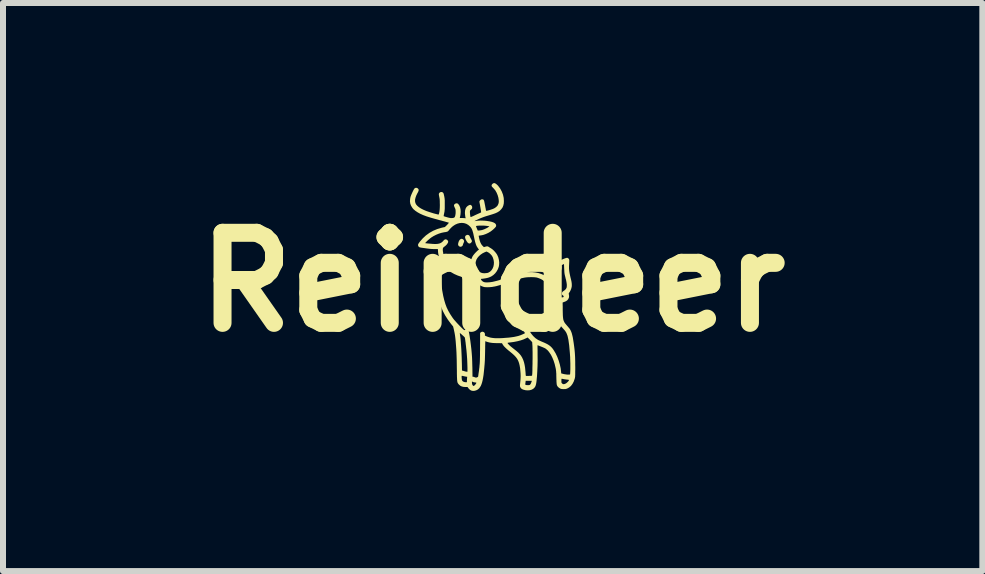
<source format=kicad_pcb>
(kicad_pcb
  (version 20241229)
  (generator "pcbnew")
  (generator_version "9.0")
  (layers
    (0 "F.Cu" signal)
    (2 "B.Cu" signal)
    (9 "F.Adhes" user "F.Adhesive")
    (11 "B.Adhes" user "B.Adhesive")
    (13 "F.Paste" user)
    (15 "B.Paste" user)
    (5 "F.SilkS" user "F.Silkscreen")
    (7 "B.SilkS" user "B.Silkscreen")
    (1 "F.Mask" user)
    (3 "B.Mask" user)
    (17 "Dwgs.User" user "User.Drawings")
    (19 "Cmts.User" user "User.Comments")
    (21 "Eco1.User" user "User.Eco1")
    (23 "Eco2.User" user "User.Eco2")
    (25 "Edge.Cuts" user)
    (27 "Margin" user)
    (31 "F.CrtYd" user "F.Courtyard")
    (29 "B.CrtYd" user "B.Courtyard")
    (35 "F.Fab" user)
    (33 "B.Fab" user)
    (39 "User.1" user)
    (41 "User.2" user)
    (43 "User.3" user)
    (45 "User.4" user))
  (footprint "Reindeer"
    (layer "F.Cu")
    (at 5.157 1.65)
    (property "Reference" "Reindeer" (at 0 0 0) (layer "F.SilkS") (effects (font (size 1.5 1.5) (thickness 0.3))))
    (attr board_only exclude_from_pos_files exclude_from_bom)
    (fp_poly (pts (xy -0.399 -0.783) (xy -0.386 -0.772) (xy -0.379 -0.756) (xy -0.374 -0.744) (xy -0.366 -0.729) (xy -0.36 -0.718) (xy -0.35 -0.699) (xy -0.346 -0.685) (xy -0.348 -0.673) (xy -0.356 -0.661) (xy -0.36 -0.657) (xy -0.374 -0.646) (xy -0.389 -0.643) (xy -0.404 -0.648) (xy -0.414 -0.656) (xy -0.425 -0.669) (xy -0.436 -0.686) (xy -0.447 -0.706) (xy -0.455 -0.725) (xy -0.459 -0.742) (xy -0.46 -0.748) (xy -0.458 -0.761) (xy -0.453 -0.771) (xy -0.446 -0.777) (xy -0.43 -0.786) (xy -0.414 -0.788)) (stroke (width 0) (type solid)) (fill yes) (layer "F.SilkS"))
    (fp_poly (pts (xy -0.501 -0.718) (xy -0.487 -0.708) (xy -0.478 -0.693) (xy -0.478 -0.692) (xy -0.476 -0.682) (xy -0.476 -0.674) (xy -0.48 -0.663) (xy -0.484 -0.654) (xy -0.49 -0.641) (xy -0.494 -0.629) (xy -0.495 -0.623) (xy -0.498 -0.614) (xy -0.505 -0.604) (xy -0.508 -0.601) (xy -0.523 -0.591) (xy -0.539 -0.589) (xy -0.555 -0.595) (xy -0.56 -0.598) (xy -0.571 -0.61) (xy -0.576 -0.624) (xy -0.575 -0.642) (xy -0.574 -0.647) (xy -0.567 -0.673) (xy -0.556 -0.695) (xy -0.543 -0.711) (xy -0.528 -0.72) (xy -0.517 -0.722)) (stroke (width 0) (type solid)) (fill yes) (layer "F.SilkS"))
    (fp_poly (pts (xy -0.534 -0.366) (xy -0.521 -0.358) (xy -0.511 -0.348) (xy -0.508 -0.337) (xy -0.506 -0.328) (xy -0.503 -0.316) (xy -0.499 -0.305) (xy -0.495 -0.296) (xy -0.492 -0.293) (xy -0.488 -0.297) (xy -0.484 -0.305) (xy -0.484 -0.306) (xy -0.476 -0.318) (xy -0.462 -0.326) (xy -0.447 -0.33) (xy -0.439 -0.329) (xy -0.424 -0.322) (xy -0.414 -0.309) (xy -0.408 -0.292) (xy -0.408 -0.274) (xy -0.413 -0.256) (xy -0.423 -0.239) (xy -0.429 -0.233) (xy -0.451 -0.218) (xy -0.476 -0.211) (xy -0.501 -0.211) (xy -0.527 -0.219) (xy -0.528 -0.219) (xy -0.547 -0.233) (xy -0.564 -0.253) (xy -0.576 -0.277) (xy -0.584 -0.303) (xy -0.587 -0.325) (xy -0.584 -0.345) (xy -0.575 -0.359) (xy -0.562 -0.367) (xy -0.549 -0.368)) (stroke (width 0) (type solid)) (fill yes) (layer "F.SilkS"))
    (fp_poly (pts (xy 0.038 -1.647) (xy 0.052 -1.64) (xy 0.067 -1.628) (xy 0.082 -1.614) (xy 0.09 -1.606) (xy 0.125 -1.559) (xy 0.152 -1.509) (xy 0.172 -1.457) (xy 0.184 -1.403) (xy 0.187 -1.351) (xy 0.185 -1.31) (xy 0.177 -1.275) (xy 0.164 -1.243) (xy 0.144 -1.216) (xy 0.124 -1.195) (xy 0.112 -1.184) (xy 0.098 -1.175) (xy 0.084 -1.166) (xy 0.066 -1.157) (xy 0.046 -1.148) (xy 0.021 -1.139) (xy -0.009 -1.129) (xy -0.045 -1.118) (xy -0.088 -1.105) (xy -0.089 -1.105) (xy -0.112 -1.098) (xy -0.139 -1.089) (xy -0.166 -1.079) (xy -0.189 -1.07) (xy -0.209 -1.062) (xy -0.229 -1.053) (xy -0.249 -1.044) (xy -0.267 -1.035) (xy -0.283 -1.028) (xy -0.295 -1.021) (xy -0.301 -1.017) (xy -0.302 -1.015) (xy -0.3 -1.016) (xy -0.253 -1.023) (xy -0.2 -1.026) (xy -0.141 -1.024) (xy -0.1 -1.02) (xy -0.055 -1.013) (xy -0.018 -1.005) (xy 0.012 -0.995) (xy 0.033 -0.984) (xy 0.048 -0.971) (xy 0.056 -0.956) (xy 0.058 -0.943) (xy 0.057 -0.934) (xy 0.054 -0.925) (xy 0.046 -0.915) (xy 0.035 -0.902) (xy 0.004 -0.873) (xy -0.032 -0.845) (xy -0.072 -0.821) (xy -0.113 -0.802) (xy -0.155 -0.787) (xy -0.194 -0.779) (xy -0.204 -0.778) (xy -0.219 -0.776) (xy -0.229 -0.774) (xy -0.233 -0.772) (xy -0.233 -0.771) (xy -0.232 -0.766) (xy -0.23 -0.754) (xy -0.227 -0.739) (xy -0.225 -0.729) (xy -0.215 -0.691) (xy -0.204 -0.66) (xy -0.191 -0.634) (xy -0.175 -0.612) (xy -0.165 -0.602) (xy -0.146 -0.583) (xy -0.124 -0.59) (xy -0.105 -0.595) (xy -0.091 -0.597) (xy -0.078 -0.594) (xy -0.065 -0.587) (xy -0.064 -0.586) (xy -0.051 -0.577) (xy -0.034 -0.567) (xy -0.023 -0.56) (xy -0.002 -0.545) (xy 0.02 -0.525) (xy 0.042 -0.501) (xy 0.061 -0.477) (xy 0.075 -0.455) (xy 0.076 -0.453) (xy 0.093 -0.414) (xy 0.104 -0.371) (xy 0.109 -0.328) (xy 0.107 -0.286) (xy 0.102 -0.258) (xy 0.088 -0.218) (xy 0.067 -0.18) (xy 0.041 -0.146) (xy 0.01 -0.117) (xy -0.025 -0.094) (xy -0.052 -0.082) (xy -0.071 -0.075) (xy -0.094 -0.069) (xy -0.119 -0.064) (xy -0.144 -0.06) (xy -0.164 -0.057) (xy -0.175 -0.056) (xy -0.189 -0.055) (xy -0.195 -0.053) (xy -0.196 -0.051) (xy -0.192 -0.04) (xy -0.183 -0.027) (xy -0.17 -0.015) (xy -0.156 -0.006) (xy -0.146 -0.002) (xy -0.137 0.001) (xy -0.126 0.003) (xy -0.111 0.004) (xy -0.091 0.004) (xy -0.087 0.004) (xy -0.06 0.003) (xy -0.031 -0.000374) (xy -0.000228 -0.005) (xy 0.033 -0.013) (xy 0.07 -0.022) (xy 0.112 -0.034) (xy 0.159 -0.05) (xy 0.212 -0.068) (xy 0.25 -0.081) (xy 0.304 -0.1) (xy 0.351 -0.116) (xy 0.392 -0.13) (xy 0.429 -0.141) (xy 0.462 -0.149) (xy 0.493 -0.156) (xy 0.522 -0.161) (xy 0.551 -0.164) (xy 0.58 -0.166) (xy 0.595 -0.167) (xy 0.655 -0.167) (xy 0.713 -0.161) (xy 0.767 -0.15) (xy 0.817 -0.133) (xy 0.85 -0.118) (xy 0.862 -0.112) (xy 0.872 -0.108) (xy 0.875 -0.107) (xy 0.877 -0.111) (xy 0.88 -0.121) (xy 0.884 -0.133) (xy 0.9 -0.171) (xy 0.923 -0.209) (xy 0.954 -0.245) (xy 0.993 -0.28) (xy 1.038 -0.313) (xy 1.09 -0.344) (xy 1.149 -0.373) (xy 1.181 -0.387) (xy 1.204 -0.396) (xy 1.222 -0.402) (xy 1.234 -0.405) (xy 1.244 -0.405) (xy 1.252 -0.402) (xy 1.259 -0.397) (xy 1.266 -0.391) (xy 1.271 -0.385) (xy 1.274 -0.377) (xy 1.276 -0.366) (xy 1.276 -0.351) (xy 1.275 -0.331) (xy 1.274 -0.31) (xy 1.272 -0.265) (xy 1.272 -0.225) (xy 1.275 -0.187) (xy 1.281 -0.149) (xy 1.29 -0.107) (xy 1.296 -0.08) (xy 1.306 -0.041) (xy 1.313 -0.008) (xy 1.317 0.02) (xy 1.318 0.043) (xy 1.318 0.065) (xy 1.315 0.085) (xy 1.314 0.088) (xy 1.307 0.114) (xy 1.296 0.14) (xy 1.283 0.164) (xy 1.273 0.177) (xy 1.268 0.186) (xy 1.267 0.194) (xy 1.269 0.204) (xy 1.273 0.233) (xy 1.27 0.259) (xy 1.259 0.283) (xy 1.241 0.304) (xy 1.216 0.32) (xy 1.185 0.332) (xy 1.182 0.333) (xy 1.169 0.338) (xy 1.165 0.343) (xy 1.165 0.344) (xy 1.165 0.349) (xy 1.166 0.362) (xy 1.166 0.381) (xy 1.167 0.405) (xy 1.167 0.433) (xy 1.167 0.463) (xy 1.167 0.47) (xy 1.168 0.514) (xy 1.169 0.551) (xy 1.171 0.581) (xy 1.174 0.607) (xy 1.178 0.629) (xy 1.185 0.648) (xy 1.193 0.665) (xy 1.203 0.682) (xy 1.217 0.699) (xy 1.233 0.718) (xy 1.238 0.724) (xy 1.253 0.741) (xy 1.267 0.758) (xy 1.279 0.772) (xy 1.286 0.782) (xy 1.297 0.801) (xy 1.307 0.823) (xy 1.317 0.849) (xy 1.325 0.88) (xy 1.334 0.917) (xy 1.341 0.96) (xy 1.349 1.01) (xy 1.357 1.068) (xy 1.362 1.108) (xy 1.366 1.145) (xy 1.369 1.179) (xy 1.371 1.213) (xy 1.373 1.248) (xy 1.374 1.285) (xy 1.375 1.326) (xy 1.375 1.373) (xy 1.376 1.415) (xy 1.376 1.457) (xy 1.375 1.49) (xy 1.375 1.518) (xy 1.375 1.54) (xy 1.374 1.557) (xy 1.374 1.571) (xy 1.372 1.582) (xy 1.371 1.591) (xy 1.369 1.6) (xy 1.367 1.608) (xy 1.366 1.611) (xy 1.35 1.657) (xy 1.329 1.696) (xy 1.304 1.729) (xy 1.274 1.754) (xy 1.25 1.768) (xy 1.236 1.774) (xy 1.225 1.778) (xy 1.213 1.781) (xy 1.198 1.781) (xy 1.182 1.782) (xy 1.162 1.781) (xy 1.148 1.78) (xy 1.137 1.777) (xy 1.126 1.773) (xy 1.122 1.771) (xy 1.108 1.762) (xy 1.094 1.751) (xy 1.09 1.747) (xy 1.082 1.738) (xy 1.077 1.73) (xy 1.072 1.721) (xy 1.069 1.711) (xy 1.066 1.698) (xy 1.065 1.681) (xy 1.063 1.659) (xy 1.063 1.642) (xy 1.145 1.642) (xy 1.145 1.659) (xy 1.146 1.671) (xy 1.148 1.678) (xy 1.153 1.684) (xy 1.157 1.688) (xy 1.169 1.697) (xy 1.182 1.7) (xy 1.198 1.697) (xy 1.215 1.69) (xy 1.229 1.681) (xy 1.244 1.668) (xy 1.257 1.655) (xy 1.267 1.642) (xy 1.271 1.634) (xy 1.271 1.63) (xy 1.268 1.628) (xy 1.26 1.626) (xy 1.245 1.624) (xy 1.241 1.624) (xy 1.22 1.621) (xy 1.198 1.618) (xy 1.181 1.615) (xy 1.166 1.612) (xy 1.155 1.61) (xy 1.149 1.609) (xy 1.149 1.609) (xy 1.147 1.613) (xy 1.145 1.623) (xy 1.145 1.637) (xy 1.145 1.642) (xy 1.063 1.642) (xy 1.062 1.631) (xy 1.061 1.596) (xy 1.061 1.59) (xy 1.06 1.555) (xy 1.06 1.527) (xy 1.058 1.504) (xy 1.057 1.485) (xy 1.055 1.469) (xy 1.053 1.453) (xy 1.05 1.437) (xy 1.047 1.424) (xy 1.033 1.364) (xy 1.015 1.308) (xy 0.994 1.257) (xy 0.971 1.211) (xy 0.945 1.172) (xy 0.918 1.138) (xy 0.889 1.113) (xy 0.879 1.106) (xy 0.871 1.101) (xy 0.858 1.095) (xy 0.84 1.087) (xy 0.821 1.079) (xy 0.8 1.071) (xy 0.781 1.063) (xy 0.765 1.057) (xy 0.753 1.053) (xy 0.747 1.051) (xy 0.747 1.055) (xy 0.747 1.066) (xy 0.747 1.084) (xy 0.747 1.108) (xy 0.748 1.136) (xy 0.748 1.168) (xy 0.748 1.202) (xy 0.748 1.204) (xy 0.749 1.305) (xy 0.747 1.399) (xy 0.743 1.488) (xy 0.738 1.572) (xy 0.734 1.611) (xy 0.731 1.646) (xy 0.727 1.675) (xy 0.723 1.697) (xy 0.718 1.716) (xy 0.713 1.731) (xy 0.706 1.744) (xy 0.697 1.757) (xy 0.696 1.758) (xy 0.676 1.777) (xy 0.65 1.791) (xy 0.62 1.8) (xy 0.587 1.803) (xy 0.553 1.801) (xy 0.542 1.799) (xy 0.511 1.791) (xy 0.488 1.781) (xy 0.472 1.768) (xy 0.461 1.751) (xy 0.458 1.744) (xy 0.456 1.737) (xy 0.455 1.729) (xy 0.455 1.719) (xy 0.456 1.704) (xy 0.456 1.701) (xy 0.544 1.701) (xy 0.545 1.708) (xy 0.548 1.711) (xy 0.553 1.713) (xy 0.556 1.713) (xy 0.572 1.716) (xy 0.589 1.716) (xy 0.604 1.716) (xy 0.615 1.713) (xy 0.616 1.713) (xy 0.628 1.703) (xy 0.638 1.685) (xy 0.646 1.664) (xy 0.653 1.643) (xy 0.601 1.644) (xy 0.55 1.644) (xy 0.547 1.671) (xy 0.544 1.689) (xy 0.544 1.701) (xy 0.456 1.701) (xy 0.458 1.684) (xy 0.459 1.672) (xy 0.463 1.632) (xy 0.465 1.597) (xy 0.466 1.563) (xy 0.465 1.526) (xy 0.462 1.486) (xy 0.457 1.433) (xy 0.449 1.387) (xy 0.439 1.347) (xy 0.426 1.312) (xy 0.409 1.279) (xy 0.387 1.249) (xy 0.359 1.219) (xy 0.326 1.189) (xy 0.298 1.166) (xy 0.262 1.137) (xy 0.233 1.112) (xy 0.21 1.09) (xy 0.191 1.071) (xy 0.176 1.052) (xy 0.165 1.035) (xy 0.162 1.029) (xy 0.155 1.017) (xy 0.075 1.016) (xy 0.033 1.015) (xy 0.021 1.014) (xy 0.248 1.014) (xy 0.25 1.019) (xy 0.258 1.029) (xy 0.271 1.043) (xy 0.288 1.06) (xy 0.309 1.078) (xy 0.333 1.097) (xy 0.357 1.116) (xy 0.357 1.116) (xy 0.395 1.146) (xy 0.426 1.173) (xy 0.451 1.199) (xy 0.471 1.224) (xy 0.487 1.25) (xy 0.492 1.259) (xy 0.509 1.296) (xy 0.522 1.335) (xy 0.532 1.378) (xy 0.54 1.425) (xy 0.545 1.478) (xy 0.548 1.509) (xy 0.549 1.528) (xy 0.55 1.544) (xy 0.552 1.556) (xy 0.553 1.561) (xy 0.557 1.562) (xy 0.568 1.562) (xy 0.583 1.562) (xy 0.601 1.562) (xy 0.619 1.561) (xy 0.635 1.561) (xy 0.648 1.56) (xy 0.655 1.558) (xy 0.656 1.558) (xy 0.657 1.553) (xy 0.658 1.54) (xy 0.66 1.521) (xy 0.661 1.496) (xy 0.662 1.466) (xy 0.662 1.432) (xy 0.663 1.396) (xy 0.664 1.357) (xy 0.664 1.317) (xy 0.665 1.277) (xy 0.665 1.238) (xy 0.665 1.199) (xy 0.665 1.164) (xy 0.664 1.131) (xy 0.664 1.103) (xy 0.663 1.079) (xy 0.663 1.068) (xy 0.658 0.999) (xy 0.621 0.96) (xy 0.583 0.922) (xy 0.562 0.932) (xy 0.517 0.953) (xy 0.468 0.97) (xy 0.414 0.984) (xy 0.354 0.996) (xy 0.287 1.005) (xy 0.27 1.007) (xy 0.256 1.009) (xy 0.25 1.011) (xy 0.248 1.014) (xy 0.021 1.014) (xy -0.002 1.013) (xy -0.032 1.009) (xy -0.059 1.004) (xy -0.084 0.997) (xy -0.098 0.993) (xy -0.111 0.988) (xy -0.12 0.985) (xy -0.123 0.984) (xy -0.123 0.988) (xy -0.123 1) (xy -0.124 1.018) (xy -0.124 1.041) (xy -0.125 1.07) (xy -0.125 1.102) (xy -0.126 1.137) (xy -0.126 1.146) (xy -0.127 1.194) (xy -0.128 1.235) (xy -0.129 1.271) (xy -0.13 1.303) (xy -0.132 1.334) (xy -0.134 1.364) (xy -0.137 1.396) (xy -0.14 1.431) (xy -0.144 1.47) (xy -0.146 1.49) (xy -0.152 1.546) (xy -0.16 1.595) (xy -0.168 1.637) (xy -0.177 1.673) (xy -0.187 1.703) (xy -0.198 1.729) (xy -0.212 1.751) (xy -0.225 1.769) (xy -0.247 1.788) (xy -0.273 1.802) (xy -0.3 1.81) (xy -0.328 1.812) (xy -0.354 1.807) (xy -0.356 1.806) (xy -0.372 1.798) (xy -0.389 1.784) (xy -0.403 1.769) (xy -0.41 1.758) (xy -0.414 1.752) (xy -0.418 1.749) (xy -0.425 1.747) (xy -0.438 1.747) (xy -0.449 1.747) (xy -0.484 1.745) (xy -0.514 1.738) (xy -0.539 1.726) (xy -0.56 1.708) (xy -0.566 1.702) (xy -0.572 1.695) (xy -0.577 1.688) (xy -0.581 1.681) (xy -0.585 1.673) (xy -0.345 1.673) (xy -0.344 1.693) (xy -0.338 1.71) (xy -0.33 1.722) (xy -0.321 1.729) (xy -0.317 1.73) (xy -0.31 1.727) (xy -0.301 1.719) (xy -0.297 1.716) (xy -0.286 1.703) (xy -0.277 1.691) (xy -0.272 1.68) (xy -0.271 1.676) (xy -0.274 1.674) (xy -0.284 1.672) (xy -0.295 1.67) (xy -0.311 1.668) (xy -0.326 1.664) (xy -0.332 1.661) (xy -0.345 1.654) (xy -0.345 1.673) (xy -0.585 1.673) (xy -0.585 1.673) (xy -0.588 1.663) (xy -0.59 1.65) (xy -0.592 1.634) (xy -0.593 1.614) (xy -0.594 1.59) (xy -0.595 1.578) (xy -0.517 1.578) (xy -0.517 1.593) (xy -0.515 1.609) (xy -0.513 1.624) (xy -0.511 1.634) (xy -0.51 1.636) (xy -0.5 1.65) (xy -0.484 1.66) (xy -0.464 1.666) (xy -0.449 1.667) (xy -0.429 1.667) (xy -0.429 1.637) (xy -0.428 1.619) (xy -0.427 1.603) (xy -0.426 1.592) (xy -0.424 1.577) (xy -0.444 1.574) (xy -0.461 1.571) (xy -0.479 1.567) (xy -0.489 1.565) (xy -0.502 1.562) (xy -0.512 1.56) (xy -0.515 1.561) (xy -0.517 1.566) (xy -0.517 1.578) (xy -0.595 1.578) (xy -0.595 1.56) (xy -0.596 1.523) (xy -0.596 1.48) (xy -0.597 1.43) (xy -0.598 1.356) (xy -0.599 1.29) (xy -0.601 1.229) (xy -0.603 1.172) (xy -0.606 1.118) (xy -0.61 1.066) (xy -0.614 1.013) (xy -0.616 0.987) (xy -0.62 0.947) (xy -0.624 0.913) (xy -0.628 0.883) (xy -0.633 0.855) (xy -0.634 0.848) (xy -0.547 0.848) (xy -0.547 0.852) (xy -0.546 0.863) (xy -0.544 0.878) (xy -0.543 0.885) (xy -0.538 0.918) (xy -0.534 0.959) (xy -0.53 1.007) (xy -0.526 1.062) (xy -0.522 1.122) (xy -0.519 1.187) (xy -0.516 1.256) (xy -0.514 1.329) (xy -0.513 1.357) (xy -0.511 1.472) (xy -0.481 1.48) (xy -0.466 1.485) (xy -0.454 1.488) (xy -0.448 1.49) (xy -0.447 1.49) (xy -0.44 1.491) (xy -0.432 1.492) (xy -0.42 1.492) (xy -0.42 1.426) (xy -0.422 1.357) (xy -0.425 1.281) (xy -0.431 1.199) (xy -0.437 1.13) (xy -0.441 1.1) (xy -0.444 1.069) (xy -0.448 1.037) (xy -0.451 1.007) (xy -0.455 0.98) (xy -0.458 0.956) (xy -0.461 0.937) (xy -0.464 0.925) (xy -0.464 0.922) (xy -0.468 0.917) (xy -0.476 0.909) (xy -0.487 0.898) (xy -0.501 0.886) (xy -0.515 0.873) (xy -0.528 0.862) (xy -0.538 0.854) (xy -0.545 0.848) (xy -0.547 0.848) (xy -0.634 0.848) (xy -0.639 0.825) (xy -0.646 0.792) (xy -0.648 0.783) (xy -0.659 0.738) (xy -0.695 0.694) (xy -0.747 0.624) (xy -0.791 0.555) (xy -0.829 0.483) (xy -0.86 0.408) (xy -0.885 0.329) (xy -0.893 0.301) (xy -0.915 0.194) (xy -0.929 0.085) (xy -0.936 -0.024) (xy -0.935 -0.054) (xy -0.851 -0.054) (xy -0.851 -0.007) (xy -0.85 0.033) (xy -0.848 0.069) (xy -0.845 0.103) (xy -0.841 0.136) (xy -0.835 0.169) (xy -0.828 0.206) (xy -0.824 0.228) (xy -0.807 0.299) (xy -0.788 0.363) (xy -0.766 0.422) (xy -0.739 0.478) (xy -0.708 0.532) (xy -0.672 0.587) (xy -0.654 0.612) (xy -0.641 0.628) (xy -0.624 0.647) (xy -0.604 0.67) (xy -0.582 0.694) (xy -0.56 0.717) (xy -0.538 0.74) (xy -0.517 0.761) (xy -0.5 0.777) (xy -0.487 0.789) (xy -0.486 0.79) (xy -0.476 0.797) (xy -0.47 0.8) (xy -0.465 0.798) (xy -0.462 0.795) (xy -0.45 0.788) (xy -0.434 0.786) (xy -0.419 0.788) (xy -0.415 0.79) (xy -0.41 0.794) (xy -0.406 0.799) (xy -0.402 0.806) (xy -0.399 0.817) (xy -0.396 0.832) (xy -0.392 0.852) (xy -0.387 0.879) (xy -0.383 0.903) (xy -0.372 0.978) (xy -0.363 1.049) (xy -0.355 1.116) (xy -0.349 1.182) (xy -0.344 1.249) (xy -0.341 1.32) (xy -0.339 1.397) (xy -0.338 1.425) (xy -0.336 1.576) (xy -0.327 1.576) (xy -0.317 1.577) (xy -0.305 1.582) (xy -0.299 1.584) (xy -0.281 1.59) (xy -0.265 1.588) (xy -0.251 1.581) (xy -0.244 1.575) (xy -0.241 1.57) (xy -0.241 1.564) (xy -0.239 1.552) (xy -0.237 1.535) (xy -0.234 1.514) (xy -0.233 1.508) (xy -0.228 1.476) (xy -0.225 1.447) (xy -0.221 1.418) (xy -0.219 1.39) (xy -0.216 1.361) (xy -0.214 1.33) (xy -0.213 1.297) (xy -0.212 1.26) (xy -0.211 1.218) (xy -0.211 1.17) (xy -0.21 1.116) (xy -0.21 1.078) (xy -0.209 0.846) (xy -0.198 0.836) (xy -0.182 0.827) (xy -0.165 0.826) (xy -0.149 0.832) (xy -0.141 0.838) (xy -0.133 0.848) (xy -0.13 0.858) (xy -0.129 0.871) (xy -0.129 0.891) (xy -0.092 0.907) (xy -0.065 0.916) (xy -0.036 0.924) (xy -0.005 0.929) (xy 0.029 0.933) (xy 0.068 0.934) (xy 0.113 0.934) (xy 0.164 0.932) (xy 0.214 0.928) (xy 0.269 0.924) (xy 0.316 0.918) (xy 0.358 0.912) (xy 0.395 0.904) (xy 0.429 0.896) (xy 0.461 0.885) (xy 0.468 0.883) (xy 0.483 0.876) (xy 0.5 0.869) (xy 0.515 0.862) (xy 0.528 0.856) (xy 0.535 0.851) (xy 0.537 0.85) (xy 0.535 0.846) (xy 0.531 0.836) (xy 0.524 0.821) (xy 0.517 0.805) (xy 0.504 0.777) (xy 0.494 0.755) (xy 0.488 0.738) (xy 0.485 0.725) (xy 0.484 0.716) (xy 0.486 0.709) (xy 0.486 0.708) (xy 0.496 0.696) (xy 0.51 0.689) (xy 0.526 0.686) (xy 0.542 0.689) (xy 0.555 0.697) (xy 0.556 0.697) (xy 0.56 0.704) (xy 0.567 0.717) (xy 0.575 0.734) (xy 0.58 0.746) (xy 0.608 0.804) (xy 0.639 0.854) (xy 0.674 0.897) (xy 0.711 0.932) (xy 0.746 0.956) (xy 0.761 0.965) (xy 0.781 0.974) (xy 0.802 0.984) (xy 0.818 0.991) (xy 0.859 1.008) (xy 0.893 1.024) (xy 0.921 1.039) (xy 0.945 1.055) (xy 0.965 1.071) (xy 0.983 1.089) (xy 1 1.109) (xy 1.016 1.132) (xy 1.048 1.185) (xy 1.076 1.244) (xy 1.1 1.308) (xy 1.119 1.372) (xy 1.133 1.437) (xy 1.139 1.486) (xy 1.142 1.52) (xy 1.18 1.53) (xy 1.199 1.534) (xy 1.22 1.537) (xy 1.241 1.54) (xy 1.261 1.54) (xy 1.277 1.54) (xy 1.287 1.538) (xy 1.289 1.537) (xy 1.29 1.531) (xy 1.291 1.519) (xy 1.292 1.5) (xy 1.293 1.477) (xy 1.294 1.449) (xy 1.294 1.419) (xy 1.294 1.388) (xy 1.294 1.356) (xy 1.293 1.325) (xy 1.292 1.296) (xy 1.291 1.269) (xy 1.291 1.253) (xy 1.286 1.18) (xy 1.28 1.114) (xy 1.275 1.056) (xy 1.268 1.006) (xy 1.262 0.962) (xy 1.254 0.925) (xy 1.247 0.894) (xy 1.238 0.87) (xy 1.231 0.852) (xy 1.223 0.836) (xy 1.214 0.822) (xy 1.203 0.807) (xy 1.188 0.79) (xy 1.17 0.77) (xy 1.15 0.748) (xy 1.134 0.728) (xy 1.121 0.707) (xy 1.111 0.686) (xy 1.103 0.663) (xy 1.097 0.637) (xy 1.093 0.607) (xy 1.091 0.571) (xy 1.089 0.53) (xy 1.088 0.493) (xy 1.088 0.453) (xy 1.087 0.419) (xy 1.085 0.392) (xy 1.083 0.368) (xy 1.08 0.347) (xy 1.075 0.328) (xy 1.07 0.309) (xy 1.063 0.288) (xy 1.063 0.288) (xy 1.044 0.242) (xy 1.021 0.2) (xy 0.993 0.16) (xy 0.959 0.119) (xy 0.956 0.115) (xy 0.938 0.095) (xy 0.926 0.08) (xy 0.92 0.069) (xy 0.92 0.067) (xy 0.917 0.057) (xy 0.909 0.043) (xy 0.897 0.027) (xy 0.883 0.01) (xy 0.867 -0.007) (xy 0.86 -0.014) (xy 0.836 -0.032) (xy 0.82 -0.042) (xy 0.951 -0.042) (xy 0.966 -0.021) (xy 0.977 -0.005) (xy 0.988 0.013) (xy 0.995 0.024) (xy 1.004 0.04) (xy 1.017 0.058) (xy 1.03 0.073) (xy 1.045 0.09) (xy 1.06 0.109) (xy 1.072 0.124) (xy 1.082 0.141) (xy 1.095 0.161) (xy 1.107 0.184) (xy 1.119 0.206) (xy 1.129 0.227) (xy 1.135 0.242) (xy 1.136 0.243) (xy 1.139 0.252) (xy 1.144 0.255) (xy 1.152 0.255) (xy 1.158 0.254) (xy 1.169 0.252) (xy 1.177 0.25) (xy 1.179 0.249) (xy 1.183 0.243) (xy 1.181 0.234) (xy 1.176 0.225) (xy 1.17 0.221) (xy 1.16 0.214) (xy 1.155 0.204) (xy 1.153 0.189) (xy 1.153 0.188) (xy 1.157 0.171) (xy 1.168 0.156) (xy 1.186 0.144) (xy 1.205 0.13) (xy 1.221 0.112) (xy 1.232 0.091) (xy 1.232 0.089) (xy 1.235 0.067) (xy 1.235 0.038) (xy 1.23 0.003) (xy 1.222 -0.038) (xy 1.217 -0.054) (xy 1.21 -0.085) (xy 1.204 -0.109) (xy 1.199 -0.131) (xy 1.196 -0.151) (xy 1.194 -0.172) (xy 1.193 -0.196) (xy 1.191 -0.226) (xy 1.191 -0.23) (xy 1.188 -0.302) (xy 1.153 -0.285) (xy 1.121 -0.268) (xy 1.089 -0.248) (xy 1.058 -0.227) (xy 1.032 -0.206) (xy 1.013 -0.188) (xy 0.989 -0.158) (xy 0.971 -0.128) (xy 0.96 -0.095) (xy 0.956 -0.076) (xy 0.951 -0.042) (xy 0.82 -0.042) (xy 0.806 -0.05) (xy 0.773 -0.064) (xy 0.741 -0.075) (xy 0.739 -0.076) (xy 0.718 -0.079) (xy 0.691 -0.082) (xy 0.66 -0.083) (xy 0.627 -0.083) (xy 0.594 -0.082) (xy 0.563 -0.08) (xy 0.536 -0.076) (xy 0.533 -0.076) (xy 0.491 -0.067) (xy 0.449 -0.057) (xy 0.405 -0.045) (xy 0.356 -0.029) (xy 0.306 -0.012) (xy 0.251 0.007) (xy 0.202 0.023) (xy 0.16 0.037) (xy 0.123 0.049) (xy 0.091 0.058) (xy 0.062 0.066) (xy 0.036 0.072) (xy 0.012 0.076) (xy -0.01 0.08) (xy -0.033 0.082) (xy -0.056 0.084) (xy -0.065 0.084) (xy -0.092 0.085) (xy -0.113 0.084) (xy -0.131 0.083) (xy -0.147 0.08) (xy -0.147 0.08) (xy -0.183 0.068) (xy -0.215 0.051) (xy -0.241 0.03) (xy -0.26 0.005) (xy -0.273 -0.023) (xy -0.277 -0.039) (xy -0.28 -0.056) (xy -0.302 -0.056) (xy -0.323 -0.057) (xy -0.349 -0.059) (xy -0.378 -0.062) (xy -0.408 -0.065) (xy -0.435 -0.07) (xy -0.445 -0.071) (xy -0.515 -0.087) (xy -0.58 -0.109) (xy -0.641 -0.136) (xy -0.697 -0.168) (xy -0.746 -0.205) (xy -0.79 -0.246) (xy -0.808 -0.267) (xy -0.817 -0.279) (xy -0.824 -0.287) (xy -0.829 -0.29) (xy -0.832 -0.289) (xy -0.835 -0.282) (xy -0.838 -0.268) (xy -0.841 -0.248) (xy -0.844 -0.225) (xy -0.846 -0.203) (xy -0.848 -0.18) (xy -0.849 -0.153) (xy -0.85 -0.123) (xy -0.851 -0.086) (xy -0.851 -0.054) (xy -0.935 -0.054) (xy -0.934 -0.135) (xy -0.924 -0.247) (xy -0.922 -0.264) (xy -0.919 -0.283) (xy -0.915 -0.305) (xy -0.911 -0.328) (xy -0.907 -0.351) (xy -0.903 -0.372) (xy -0.899 -0.391) (xy -0.896 -0.404) (xy -0.894 -0.412) (xy -0.893 -0.413) (xy -0.894 -0.417) (xy -0.896 -0.428) (xy -0.899 -0.442) (xy -0.9 -0.445) (xy -0.904 -0.463) (xy -0.908 -0.486) (xy -0.91 -0.509) (xy -0.91 -0.513) (xy -0.913 -0.551) (xy -0.974 -0.551) (xy -1.012 -0.552) (xy -1.049 -0.555) (xy -1.09 -0.56) (xy -1.105 -0.562) (xy -1.13 -0.566) (xy -1.153 -0.569) (xy -1.173 -0.572) (xy -1.188 -0.574) (xy -1.195 -0.575) (xy -1.216 -0.58) (xy -1.23 -0.587) (xy -1.238 -0.599) (xy -1.24 -0.604) (xy -1.243 -0.614) (xy -1.243 -0.624) (xy -1.24 -0.634) (xy -1.233 -0.646) (xy -1.23 -0.65) (xy -1.124 -0.65) (xy -1.124 -0.65) (xy -1.119 -0.649) (xy -1.107 -0.647) (xy -1.09 -0.645) (xy -1.069 -0.643) (xy -1.046 -0.641) (xy -1.022 -0.639) (xy -0.999 -0.637) (xy -0.978 -0.636) (xy -0.961 -0.635) (xy -0.953 -0.635) (xy -0.913 -0.638) (xy -0.879 -0.646) (xy -0.851 -0.661) (xy -0.829 -0.68) (xy -0.825 -0.685) (xy -0.81 -0.702) (xy -0.795 -0.711) (xy -0.78 -0.713) (xy -0.775 -0.712) (xy -0.76 -0.705) (xy -0.749 -0.694) (xy -0.742 -0.68) (xy -0.741 -0.674) (xy -0.744 -0.659) (xy -0.754 -0.642) (xy -0.768 -0.623) (xy -0.786 -0.606) (xy -0.806 -0.59) (xy -0.808 -0.589) (xy -0.819 -0.58) (xy -0.826 -0.57) (xy -0.83 -0.558) (xy -0.831 -0.541) (xy -0.83 -0.518) (xy -0.828 -0.508) (xy -0.818 -0.456) (xy -0.799 -0.406) (xy -0.773 -0.359) (xy -0.739 -0.315) (xy -0.717 -0.292) (xy -0.671 -0.253) (xy -0.62 -0.219) (xy -0.563 -0.191) (xy -0.5 -0.169) (xy -0.432 -0.153) (xy -0.389 -0.146) (xy -0.359 -0.142) (xy -0.336 -0.14) (xy -0.321 -0.14) (xy -0.313 -0.142) (xy -0.312 -0.143) (xy -0.315 -0.149) (xy -0.319 -0.152) (xy -0.324 -0.158) (xy -0.331 -0.169) (xy -0.339 -0.183) (xy -0.357 -0.223) (xy -0.366 -0.265) (xy -0.368 -0.303) (xy -0.286 -0.303) (xy -0.283 -0.269) (xy -0.274 -0.237) (xy -0.258 -0.209) (xy -0.236 -0.185) (xy -0.208 -0.165) (xy -0.186 -0.155) (xy -0.165 -0.15) (xy -0.139 -0.148) (xy -0.113 -0.15) (xy -0.088 -0.153) (xy -0.07 -0.159) (xy -0.042 -0.176) (xy -0.019 -0.199) (xy -0.001 -0.227) (xy 0.012 -0.258) (xy 0.019 -0.293) (xy 0.021 -0.329) (xy 0.016 -0.367) (xy 0.005 -0.404) (xy -0.002 -0.421) (xy -0.017 -0.445) (xy -0.038 -0.468) (xy -0.061 -0.488) (xy -0.08 -0.499) (xy -0.103 -0.51) (xy -0.135 -0.497) (xy -0.169 -0.48) (xy -0.201 -0.458) (xy -0.229 -0.433) (xy -0.252 -0.406) (xy -0.269 -0.378) (xy -0.271 -0.374) (xy -0.282 -0.339) (xy -0.286 -0.303) (xy -0.368 -0.303) (xy -0.369 -0.308) (xy -0.363 -0.352) (xy -0.35 -0.396) (xy -0.334 -0.431) (xy -0.324 -0.446) (xy -0.309 -0.465) (xy -0.292 -0.485) (xy -0.273 -0.504) (xy -0.256 -0.521) (xy -0.241 -0.533) (xy -0.24 -0.533) (xy -0.228 -0.542) (xy -0.243 -0.562) (xy -0.256 -0.581) (xy -0.268 -0.601) (xy -0.278 -0.625) (xy -0.287 -0.653) (xy -0.296 -0.686) (xy -0.305 -0.726) (xy -0.308 -0.741) (xy -0.317 -0.782) (xy -0.324 -0.815) (xy -0.332 -0.842) (xy -0.339 -0.865) (xy -0.347 -0.884) (xy -0.356 -0.9) (xy -0.366 -0.914) (xy -0.378 -0.927) (xy -0.382 -0.931) (xy -0.278 -0.931) (xy -0.277 -0.929) (xy -0.274 -0.921) (xy -0.269 -0.908) (xy -0.263 -0.893) (xy -0.257 -0.879) (xy -0.253 -0.869) (xy -0.252 -0.866) (xy -0.25 -0.862) (xy -0.246 -0.86) (xy -0.237 -0.86) (xy -0.222 -0.861) (xy -0.219 -0.861) (xy -0.199 -0.864) (xy -0.177 -0.868) (xy -0.159 -0.874) (xy -0.137 -0.882) (xy -0.114 -0.893) (xy -0.091 -0.904) (xy -0.073 -0.916) (xy -0.064 -0.922) (xy -0.054 -0.929) (xy -0.064 -0.932) (xy -0.083 -0.935) (xy -0.107 -0.938) (xy -0.136 -0.941) (xy -0.166 -0.942) (xy -0.196 -0.942) (xy -0.209 -0.942) (xy -0.236 -0.941) (xy -0.256 -0.939) (xy -0.269 -0.937) (xy -0.276 -0.934) (xy -0.278 -0.931) (xy -0.382 -0.931) (xy -0.407 -0.953) (xy -0.44 -0.972) (xy -0.475 -0.983) (xy -0.512 -0.987) (xy -0.55 -0.984) (xy -0.588 -0.974) (xy -0.626 -0.957) (xy -0.662 -0.933) (xy -0.682 -0.916) (xy -0.697 -0.901) (xy -0.712 -0.885) (xy -0.725 -0.87) (xy -0.729 -0.865) (xy -0.737 -0.855) (xy -0.745 -0.847) (xy -0.755 -0.842) (xy -0.767 -0.838) (xy -0.785 -0.834) (xy -0.808 -0.831) (xy -0.851 -0.822) (xy -0.896 -0.808) (xy -0.942 -0.789) (xy -0.987 -0.766) (xy -1.028 -0.74) (xy -1.028 -0.739) (xy -1.042 -0.729) (xy -1.057 -0.716) (xy -1.074 -0.702) (xy -1.089 -0.688) (xy -1.103 -0.674) (xy -1.114 -0.663) (xy -1.122 -0.654) (xy -1.124 -0.65) (xy -1.23 -0.65) (xy -1.221 -0.663) (xy -1.212 -0.675) (xy -1.164 -0.73) (xy -1.111 -0.779) (xy -1.053 -0.821) (xy -0.991 -0.856) (xy -0.924 -0.884) (xy -0.854 -0.905) (xy -0.834 -0.91) (xy -0.796 -0.918) (xy -0.76 -0.953) (xy -0.747 -0.967) (xy -0.737 -0.979) (xy -0.731 -0.987) (xy -0.73 -0.991) (xy -0.73 -0.991) (xy -0.738 -0.993) (xy -0.753 -0.997) (xy -0.774 -1.003) (xy -0.798 -1.01) (xy -0.825 -1.017) (xy -0.853 -1.025) (xy -0.881 -1.032) (xy -0.907 -1.039) (xy -0.93 -1.046) (xy -0.95 -1.051) (xy -0.958 -1.053) (xy -1.032 -1.074) (xy -1.099 -1.095) (xy -1.158 -1.117) (xy -1.209 -1.14) (xy -1.252 -1.164) (xy -1.289 -1.189) (xy -1.319 -1.215) (xy -1.326 -1.223) (xy -1.338 -1.238) (xy -1.35 -1.257) (xy -1.36 -1.275) (xy -1.361 -1.276) (xy -1.373 -1.31) (xy -1.378 -1.347) (xy -1.375 -1.387) (xy -1.37 -1.414) (xy -1.365 -1.431) (xy -1.357 -1.452) (xy -1.347 -1.475) (xy -1.336 -1.499) (xy -1.325 -1.522) (xy -1.315 -1.541) (xy -1.306 -1.555) (xy -1.301 -1.562) (xy -1.287 -1.57) (xy -1.271 -1.572) (xy -1.254 -1.566) (xy -1.245 -1.559) (xy -1.237 -1.55) (xy -1.233 -1.54) (xy -1.233 -1.527) (xy -1.238 -1.512) (xy -1.248 -1.491) (xy -1.253 -1.483) (xy -1.273 -1.442) (xy -1.286 -1.405) (xy -1.293 -1.373) (xy -1.293 -1.344) (xy -1.287 -1.318) (xy -1.275 -1.294) (xy -1.256 -1.272) (xy -1.229 -1.249) (xy -1.195 -1.227) (xy -1.154 -1.206) (xy -1.105 -1.185) (xy -1.049 -1.166) (xy -0.985 -1.146) (xy -0.959 -1.139) (xy -0.935 -1.133) (xy -0.919 -1.129) (xy -0.908 -1.127) (xy -0.902 -1.127) (xy -0.898 -1.128) (xy -0.897 -1.13) (xy -0.891 -1.154) (xy -0.886 -1.178) (xy -0.883 -1.206) (xy -0.881 -1.237) (xy -0.88 -1.274) (xy -0.88 -1.292) (xy -0.881 -1.324) (xy -0.881 -1.348) (xy -0.882 -1.368) (xy -0.883 -1.385) (xy -0.886 -1.401) (xy -0.889 -1.417) (xy -0.89 -1.422) (xy -0.894 -1.442) (xy -0.896 -1.456) (xy -0.897 -1.466) (xy -0.896 -1.472) (xy -0.894 -1.478) (xy -0.893 -1.479) (xy -0.883 -1.492) (xy -0.868 -1.5) (xy -0.851 -1.502) (xy -0.836 -1.497) (xy -0.827 -1.491) (xy -0.822 -1.484) (xy -0.817 -1.474) (xy -0.813 -1.458) (xy -0.808 -1.435) (xy -0.807 -1.432) (xy -0.804 -1.414) (xy -0.801 -1.398) (xy -0.8 -1.383) (xy -0.798 -1.365) (xy -0.798 -1.345) (xy -0.798 -1.319) (xy -0.798 -1.288) (xy -0.798 -1.256) (xy -0.798 -1.231) (xy -0.799 -1.211) (xy -0.801 -1.193) (xy -0.802 -1.178) (xy -0.805 -1.163) (xy -0.808 -1.148) (xy -0.812 -1.129) (xy -0.815 -1.114) (xy -0.816 -1.103) (xy -0.816 -1.099) (xy -0.808 -1.096) (xy -0.794 -1.091) (xy -0.776 -1.086) (xy -0.756 -1.08) (xy -0.737 -1.075) (xy -0.72 -1.071) (xy -0.707 -1.069) (xy -0.706 -1.068) (xy -0.682 -1.067) (xy -0.661 -1.069) (xy -0.645 -1.073) (xy -0.637 -1.078) (xy -0.63 -1.088) (xy -0.624 -1.105) (xy -0.62 -1.126) (xy -0.617 -1.15) (xy -0.617 -1.174) (xy -0.617 -1.179) (xy -0.618 -1.199) (xy -0.62 -1.213) (xy -0.625 -1.227) (xy -0.632 -1.241) (xy -0.632 -1.242) (xy -0.64 -1.26) (xy -0.644 -1.274) (xy -0.644 -1.285) (xy -0.638 -1.294) (xy -0.638 -1.295) (xy -0.624 -1.307) (xy -0.607 -1.313) (xy -0.591 -1.312) (xy -0.576 -1.305) (xy -0.574 -1.302) (xy -0.556 -1.277) (xy -0.543 -1.247) (xy -0.535 -1.211) (xy -0.533 -1.172) (xy -0.536 -1.13) (xy -0.54 -1.104) (xy -0.548 -1.068) (xy -0.516 -1.069) (xy -0.498 -1.068) (xy -0.48 -1.067) (xy -0.467 -1.066) (xy -0.456 -1.064) (xy -0.451 -1.065) (xy -0.451 -1.069) (xy -0.451 -1.07) (xy -0.456 -1.091) (xy -0.459 -1.117) (xy -0.462 -1.143) (xy -0.462 -1.159) (xy -0.459 -1.196) (xy -0.45 -1.227) (xy -0.436 -1.251) (xy -0.415 -1.27) (xy -0.403 -1.277) (xy -0.387 -1.285) (xy -0.375 -1.288) (xy -0.366 -1.286) (xy -0.356 -1.279) (xy -0.353 -1.276) (xy -0.345 -1.266) (xy -0.342 -1.255) (xy -0.341 -1.245) (xy -0.342 -1.235) (xy -0.343 -1.228) (xy -0.347 -1.222) (xy -0.354 -1.214) (xy -0.367 -1.203) (xy -0.37 -1.2) (xy -0.375 -1.194) (xy -0.378 -1.185) (xy -0.379 -1.171) (xy -0.379 -1.167) (xy -0.378 -1.151) (xy -0.377 -1.134) (xy -0.375 -1.116) (xy -0.372 -1.1) (xy -0.37 -1.088) (xy -0.368 -1.084) (xy -0.364 -1.085) (xy -0.354 -1.088) (xy -0.338 -1.095) (xy -0.319 -1.103) (xy -0.305 -1.11) (xy -0.282 -1.121) (xy -0.26 -1.131) (xy -0.24 -1.14) (xy -0.224 -1.147) (xy -0.219 -1.149) (xy -0.206 -1.155) (xy -0.196 -1.16) (xy -0.192 -1.164) (xy -0.193 -1.17) (xy -0.194 -1.183) (xy -0.197 -1.201) (xy -0.201 -1.223) (xy -0.205 -1.248) (xy -0.206 -1.252) (xy -0.21 -1.278) (xy -0.214 -1.301) (xy -0.218 -1.32) (xy -0.22 -1.335) (xy -0.221 -1.342) (xy -0.221 -1.343) (xy -0.218 -1.351) (xy -0.211 -1.361) (xy -0.206 -1.366) (xy -0.195 -1.375) (xy -0.185 -1.379) (xy -0.176 -1.38) (xy -0.166 -1.379) (xy -0.159 -1.377) (xy -0.152 -1.373) (xy -0.147 -1.364) (xy -0.142 -1.352) (xy -0.138 -1.334) (xy -0.133 -1.309) (xy -0.127 -1.278) (xy -0.126 -1.276) (xy -0.122 -1.25) (xy -0.117 -1.227) (xy -0.114 -1.208) (xy -0.111 -1.195) (xy -0.109 -1.188) (xy -0.109 -1.188) (xy -0.104 -1.188) (xy -0.093 -1.19) (xy -0.077 -1.194) (xy -0.058 -1.199) (xy -0.038 -1.205) (xy -0.018 -1.212) (xy 0.000311 -1.218) (xy 0.008 -1.221) (xy 0.034 -1.234) (xy 0.058 -1.251) (xy 0.077 -1.27) (xy 0.084 -1.28) (xy 0.096 -1.306) (xy 0.102 -1.335) (xy 0.101 -1.368) (xy 0.095 -1.407) (xy 0.083 -1.449) (xy 0.065 -1.492) (xy 0.043 -1.53) (xy 0.015 -1.563) (xy 0.012 -1.565) (xy 0.000147 -1.578) (xy -0.01 -1.589) (xy -0.016 -1.598) (xy -0.017 -1.6) (xy -0.018 -1.613) (xy -0.013 -1.626) (xy -0.002 -1.638) (xy 0.011 -1.647) (xy 0.026 -1.65) (xy 0.028 -1.65)) (stroke (width 0) (type solid)) (fill yes) (layer "F.SilkS")))
  (gr_rect
    (start -3 -3)
    (end 13.314 6.463)
    (stroke (width 0.1) (type default))
    (fill no)
    (layer "Edge.Cuts")))
</source>
